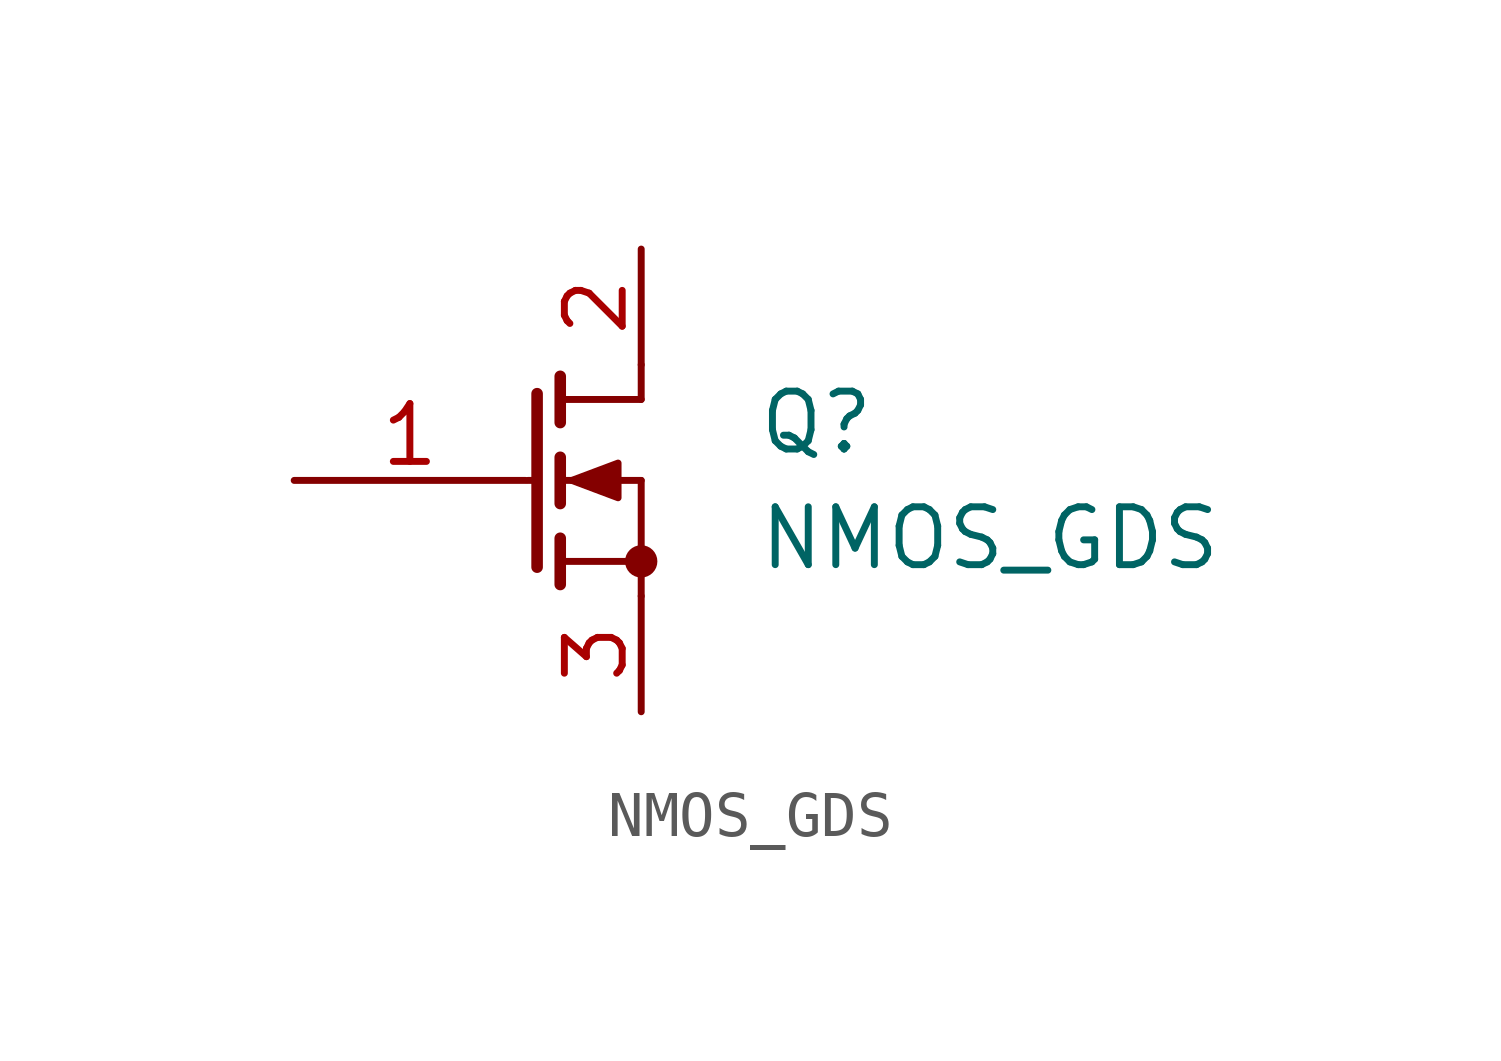
<source format=kicad_sym>
(kicad_symbol_lib
  (version 20211014)
  (generator kicad_symbol_editor)
  (symbol "NMOS_GDS"
    (pin_names
      (offset 0) hide)
    (property "Reference" "Q"
      (at 5.08 1.27 0)
      (effects (font (size 1.27 1.27)) (justify left)))
    (property "Value" "NMOS_GDS"
      (at 5.08 -1.27 0)
      (effects (font (size 1.27 1.27)) (justify left)))
    (symbol "NMOS_GDS_0_1"
      (polyline (pts (xy 0.051 0) (xy 0.254 0)) (stroke (width 0) (type default) (color 0 0 0 0)) (fill (type none)))
      (polyline (pts (xy 0.762 -1.778) (xy 2.54 -1.778)) (stroke (width 0) (type default) (color 0 0 0 0)) (fill (type none)))
      (polyline (pts (xy 0.762 -1.27) (xy 0.762 -2.286)) (stroke (width 0.254) (type default) (color 0 0 0 0)) (fill (type none)))
      (polyline (pts (xy 0.762 0) (xy 2.54 0)) (stroke (width 0) (type default) (color 0 0 0 0)) (fill (type none)))
      (polyline (pts (xy 0.762 0.508) (xy 0.762 -0.508)) (stroke (width 0.254) (type default) (color 0 0 0 0)) (fill (type none)))
      (polyline (pts (xy 0.762 1.778) (xy 2.54 1.778)) (stroke (width 0) (type default) (color 0 0 0 0)) (fill (type none)))
      (polyline (pts (xy 0.762 2.286) (xy 0.762 1.27)) (stroke (width 0.254) (type default) (color 0 0 0 0)) (fill (type none)))
      (polyline (pts (xy 2.54 -1.778) (xy 2.54 -2.54)) (stroke (width 0) (type default) (color 0 0 0 0)) (fill (type none)))
      (polyline (pts (xy 2.54 -1.778) (xy 2.54 0)) (stroke (width 0) (type default) (color 0 0 0 0)) (fill (type none)))
      (polyline (pts (xy 2.54 2.54) (xy 2.54 1.778)) (stroke (width 0) (type default) (color 0 0 0 0)) (fill (type none)))
      (polyline (pts (xy 0.254 1.905) (xy 0.254 -1.905) (xy 0.254 -1.905)) (stroke (width 0.254) (type default) (color 0 0 0 0)) (fill (type none)))
      (polyline (pts (xy 1.016 0) (xy 2.032 0.381) (xy 2.032 -0.381) (xy 1.016 0)) (stroke (width 0) (type default) (color 0 0 0 0)) (fill (type outline)))
      (circle (center 2.54 -1.778) (radius 0.279) (stroke (width 0) (type default) (color 0 0 0 0)) (fill (type outline))))
    (symbol "NMOS_GDS_1_1"
      (pin input line (at -5.08 0 0) (length 5.08) (name "G" (effects (font (size 1.27 1.27)))) (number "1" (effects (font (size 1.27 1.27)))))
      (pin passive line (at 2.54 5.08 270) (length 2.54) (name "D" (effects (font (size 1.27 1.27)))) (number "2" (effects (font (size 1.27 1.27)))))
      (pin passive line (at 2.54 -5.08 90) (length 2.54) (name "S" (effects (font (size 1.27 1.27)))) (number "3" (effects (font (size 1.27 1.27))))))))
</source>
